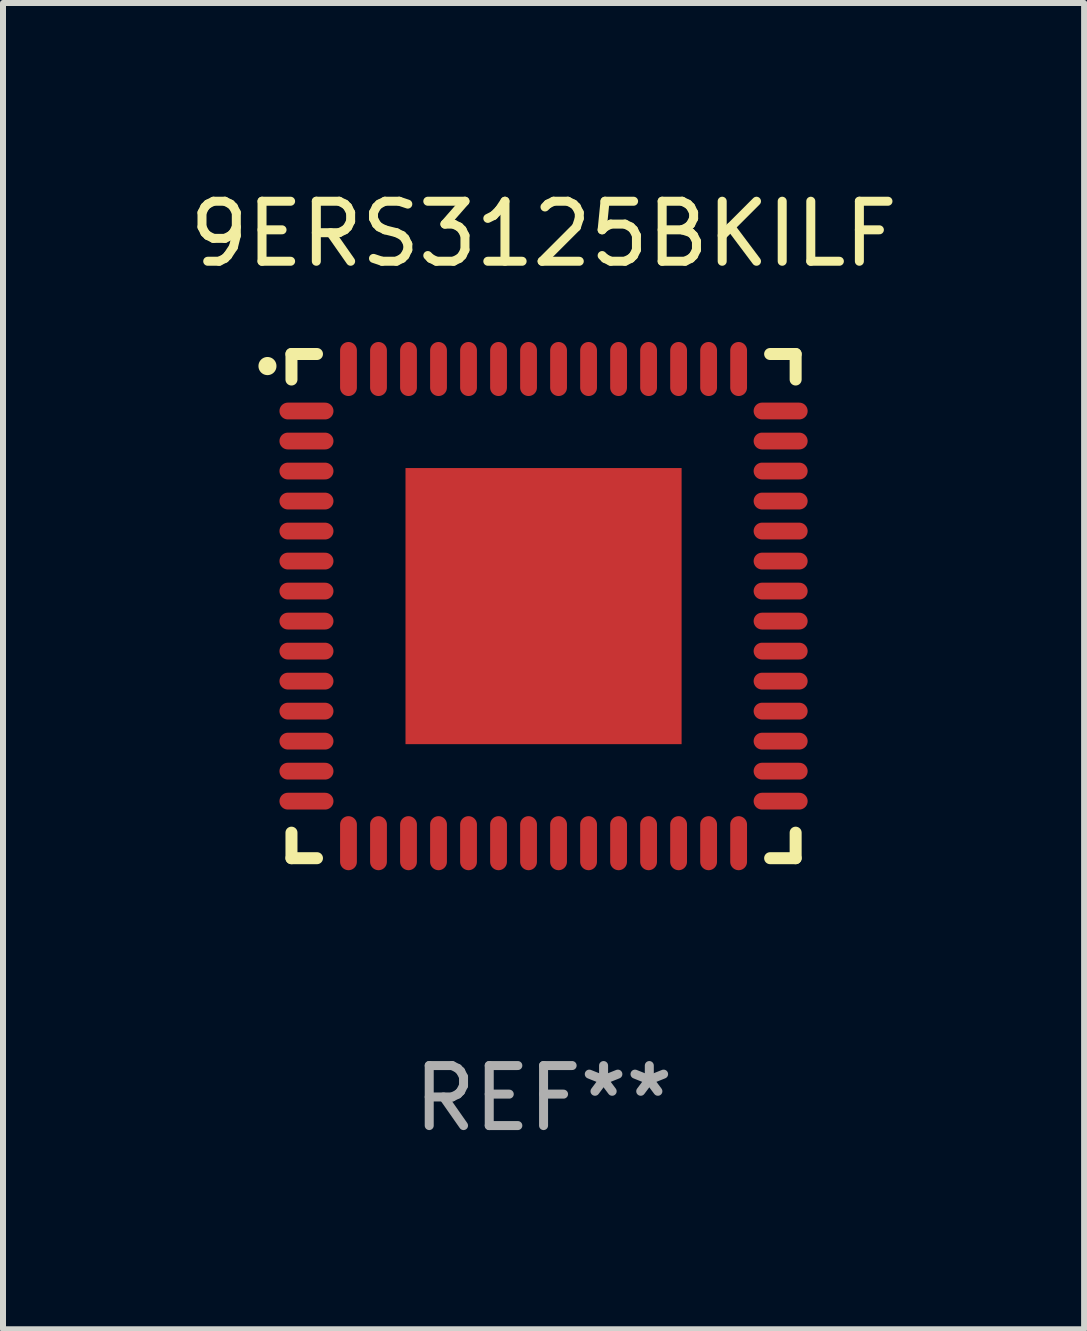
<source format=kicad_pcb>
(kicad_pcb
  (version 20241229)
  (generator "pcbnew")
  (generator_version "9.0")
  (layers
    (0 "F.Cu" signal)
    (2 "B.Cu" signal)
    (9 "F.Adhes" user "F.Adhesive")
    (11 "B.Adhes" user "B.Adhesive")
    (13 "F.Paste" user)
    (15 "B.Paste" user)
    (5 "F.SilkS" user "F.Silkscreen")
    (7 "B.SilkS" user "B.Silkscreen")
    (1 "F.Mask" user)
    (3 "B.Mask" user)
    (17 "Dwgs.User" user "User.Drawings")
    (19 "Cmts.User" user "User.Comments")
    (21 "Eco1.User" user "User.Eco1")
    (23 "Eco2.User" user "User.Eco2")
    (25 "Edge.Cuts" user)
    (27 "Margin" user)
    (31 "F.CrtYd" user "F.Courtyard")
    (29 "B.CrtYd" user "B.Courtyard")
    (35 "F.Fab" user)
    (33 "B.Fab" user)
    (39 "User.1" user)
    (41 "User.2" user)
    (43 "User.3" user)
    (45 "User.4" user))
  (footprint "9ERS3125BKILF"
    (layer "F.Cu")
    (at 6.006 7.048)
    (property "Reference" "9ERS3125BKILF" (at 0 -6.2 0) (layer "F.SilkS") (effects (font (size 1 1) (thickness 0.15))))
    (attr through_hole)
    (fp_line (start -4.2 -4.2) (end -3.775 -4.2) (stroke (width 0.2) (type solid)) (layer "F.SilkS"))
    (fp_line (start -4.2 -3.775) (end -4.2 -4.2) (stroke (width 0.2) (type solid)) (layer "F.SilkS"))
    (fp_line (start -4.2 3.775) (end -4.2 4.2) (stroke (width 0.2) (type solid)) (layer "F.SilkS"))
    (fp_line (start -4.2 4.2) (end -3.775 4.2) (stroke (width 0.2) (type solid)) (layer "F.SilkS"))
    (fp_line (start 3.775 4.2) (end 4.2 4.2) (stroke (width 0.2) (type solid)) (layer "F.SilkS"))
    (fp_line (start 4.2 -4.2) (end 3.775 -4.2) (stroke (width 0.2) (type solid)) (layer "F.SilkS"))
    (fp_line (start 4.2 -3.775) (end 4.2 -4.2) (stroke (width 0.2) (type solid)) (layer "F.SilkS"))
    (fp_line (start 4.2 4.2) (end 4.2 3.775) (stroke (width 0.2) (type solid)) (layer "F.SilkS"))
    (fp_arc (start -4.599949 -3.997968) (mid -4.599954 -3.999238) (end -4.599949 -4.000508) (stroke (width 0.3) (type solid)) (layer "F.SilkS"))
    (fp_text user "REF**" (at 0 8.2 0) (layer "F.Fab") (effects (font (size 1 1) (thickness 0.15))))
    (pad "1" smd oval (at -3.95 -3.25 90) (size 0.28 0.9) (layers "F.Cu" "F.Mask" "F.Paste"))
    (pad "2" smd oval (at -3.95 -2.75 90) (size 0.28 0.9) (layers "F.Cu" "F.Mask" "F.Paste"))
    (pad "3" smd oval (at -3.95 -2.25 90) (size 0.28 0.9) (layers "F.Cu" "F.Mask" "F.Paste"))
    (pad "4" smd oval (at -3.95 -1.75 90) (size 0.28 0.9) (layers "F.Cu" "F.Mask" "F.Paste"))
    (pad "5" smd oval (at -3.95 -1.25 90) (size 0.28 0.9) (layers "F.Cu" "F.Mask" "F.Paste"))
    (pad "6" smd oval (at -3.95 -0.75 90) (size 0.28 0.9) (layers "F.Cu" "F.Mask" "F.Paste"))
    (pad "7" smd oval (at -3.95 -0.25 90) (size 0.28 0.9) (layers "F.Cu" "F.Mask" "F.Paste"))
    (pad "8" smd oval (at -3.95 0.25 90) (size 0.28 0.9) (layers "F.Cu" "F.Mask" "F.Paste"))
    (pad "9" smd oval (at -3.95 0.75 90) (size 0.28 0.9) (layers "F.Cu" "F.Mask" "F.Paste"))
    (pad "10" smd oval (at -3.95 1.25 90) (size 0.28 0.9) (layers "F.Cu" "F.Mask" "F.Paste"))
    (pad "11" smd oval (at -3.95 1.75 90) (size 0.28 0.9) (layers "F.Cu" "F.Mask" "F.Paste"))
    (pad "12" smd oval (at -3.95 2.25 90) (size 0.28 0.9) (layers "F.Cu" "F.Mask" "F.Paste"))
    (pad "13" smd oval (at -3.95 2.75 90) (size 0.28 0.9) (layers "F.Cu" "F.Mask" "F.Paste"))
    (pad "14" smd oval (at -3.95 3.25 90) (size 0.28 0.9) (layers "F.Cu" "F.Mask" "F.Paste"))
    (pad "15" smd oval (at -3.25 3.95) (size 0.28 0.9) (layers "F.Cu" "F.Mask" "F.Paste"))
    (pad "16" smd oval (at -2.75 3.95) (size 0.28 0.9) (layers "F.Cu" "F.Mask" "F.Paste"))
    (pad "17" smd oval (at -2.25 3.95) (size 0.28 0.9) (layers "F.Cu" "F.Mask" "F.Paste"))
    (pad "18" smd oval (at -1.75 3.95) (size 0.28 0.9) (layers "F.Cu" "F.Mask" "F.Paste"))
    (pad "19" smd oval (at -1.25 3.95) (size 0.28 0.9) (layers "F.Cu" "F.Mask" "F.Paste"))
    (pad "20" smd oval (at -0.75 3.95) (size 0.28 0.9) (layers "F.Cu" "F.Mask" "F.Paste"))
    (pad "21" smd oval (at -0.25 3.95) (size 0.28 0.9) (layers "F.Cu" "F.Mask" "F.Paste"))
    (pad "22" smd oval (at 0.25 3.95) (size 0.28 0.9) (layers "F.Cu" "F.Mask" "F.Paste"))
    (pad "23" smd oval (at 0.75 3.95) (size 0.28 0.9) (layers "F.Cu" "F.Mask" "F.Paste"))
    (pad "24" smd oval (at 1.25 3.95) (size 0.28 0.9) (layers "F.Cu" "F.Mask" "F.Paste"))
    (pad "25" smd oval (at 1.75 3.95) (size 0.28 0.9) (layers "F.Cu" "F.Mask" "F.Paste"))
    (pad "26" smd oval (at 2.25 3.95) (size 0.28 0.9) (layers "F.Cu" "F.Mask" "F.Paste"))
    (pad "27" smd oval (at 2.75 3.95) (size 0.28 0.9) (layers "F.Cu" "F.Mask" "F.Paste"))
    (pad "28" smd oval (at 3.25 3.95) (size 0.28 0.9) (layers "F.Cu" "F.Mask" "F.Paste"))
    (pad "29" smd oval (at 3.95 3.25 90) (size 0.28 0.9) (layers "F.Cu" "F.Mask" "F.Paste"))
    (pad "30" smd oval (at 3.95 2.75 90) (size 0.28 0.9) (layers "F.Cu" "F.Mask" "F.Paste"))
    (pad "31" smd oval (at 3.95 2.25 90) (size 0.28 0.9) (layers "F.Cu" "F.Mask" "F.Paste"))
    (pad "32" smd oval (at 3.95 1.75 90) (size 0.28 0.9) (layers "F.Cu" "F.Mask" "F.Paste"))
    (pad "33" smd oval (at 3.95 1.25 90) (size 0.28 0.9) (layers "F.Cu" "F.Mask" "F.Paste"))
    (pad "34" smd oval (at 3.95 0.75 90) (size 0.28 0.9) (layers "F.Cu" "F.Mask" "F.Paste"))
    (pad "35" smd oval (at 3.95 0.25 90) (size 0.28 0.9) (layers "F.Cu" "F.Mask" "F.Paste"))
    (pad "36" smd oval (at 3.95 -0.25 90) (size 0.28 0.9) (layers "F.Cu" "F.Mask" "F.Paste"))
    (pad "37" smd oval (at 3.95 -0.75 90) (size 0.28 0.9) (layers "F.Cu" "F.Mask" "F.Paste"))
    (pad "38" smd oval (at 3.95 -1.25 90) (size 0.28 0.9) (layers "F.Cu" "F.Mask" "F.Paste"))
    (pad "39" smd oval (at 3.95 -1.75 90) (size 0.28 0.9) (layers "F.Cu" "F.Mask" "F.Paste"))
    (pad "40" smd oval (at 3.95 -2.25 90) (size 0.28 0.9) (layers "F.Cu" "F.Mask" "F.Paste"))
    (pad "41" smd oval (at 3.95 -2.75 90) (size 0.28 0.9) (layers "F.Cu" "F.Mask" "F.Paste"))
    (pad "42" smd oval (at 3.95 -3.25 90) (size 0.28 0.9) (layers "F.Cu" "F.Mask" "F.Paste"))
    (pad "43" smd oval (at 3.25 -3.95) (size 0.28 0.9) (layers "F.Cu" "F.Mask" "F.Paste"))
    (pad "44" smd oval (at 2.75 -3.95) (size 0.28 0.9) (layers "F.Cu" "F.Mask" "F.Paste"))
    (pad "45" smd oval (at 2.25 -3.95) (size 0.28 0.9) (layers "F.Cu" "F.Mask" "F.Paste"))
    (pad "46" smd oval (at 1.75 -3.95) (size 0.28 0.9) (layers "F.Cu" "F.Mask" "F.Paste"))
    (pad "47" smd oval (at 1.25 -3.95) (size 0.28 0.9) (layers "F.Cu" "F.Mask" "F.Paste"))
    (pad "48" smd oval (at 0.75 -3.95) (size 0.28 0.9) (layers "F.Cu" "F.Mask" "F.Paste"))
    (pad "49" smd oval (at 0.25 -3.95) (size 0.28 0.9) (layers "F.Cu" "F.Mask" "F.Paste"))
    (pad "50" smd oval (at -0.25 -3.95) (size 0.28 0.9) (layers "F.Cu" "F.Mask" "F.Paste"))
    (pad "51" smd oval (at -0.75 -3.95) (size 0.28 0.9) (layers "F.Cu" "F.Mask" "F.Paste"))
    (pad "52" smd oval (at -1.25 -3.95) (size 0.28 0.9) (layers "F.Cu" "F.Mask" "F.Paste"))
    (pad "53" smd oval (at -1.75 -3.95) (size 0.28 0.9) (layers "F.Cu" "F.Mask" "F.Paste"))
    (pad "54" smd oval (at -2.25 -3.95) (size 0.28 0.9) (layers "F.Cu" "F.Mask" "F.Paste"))
    (pad "55" smd oval (at -2.75 -3.95) (size 0.28 0.9) (layers "F.Cu" "F.Mask" "F.Paste"))
    (pad "56" smd oval (at -3.25 -3.95) (size 0.28 0.9) (layers "F.Cu" "F.Mask" "F.Paste"))
    (pad "57" smd rect (at 0 0.000051) (size 4.6 4.6) (layers "F.Cu" "F.Mask" "F.Paste")))
  (gr_rect
    (start -3 -3)
    (end 15.012 19.096)
    (stroke (width 0.1) (type default))
    (fill no)
    (layer "Edge.Cuts")))
</source>
